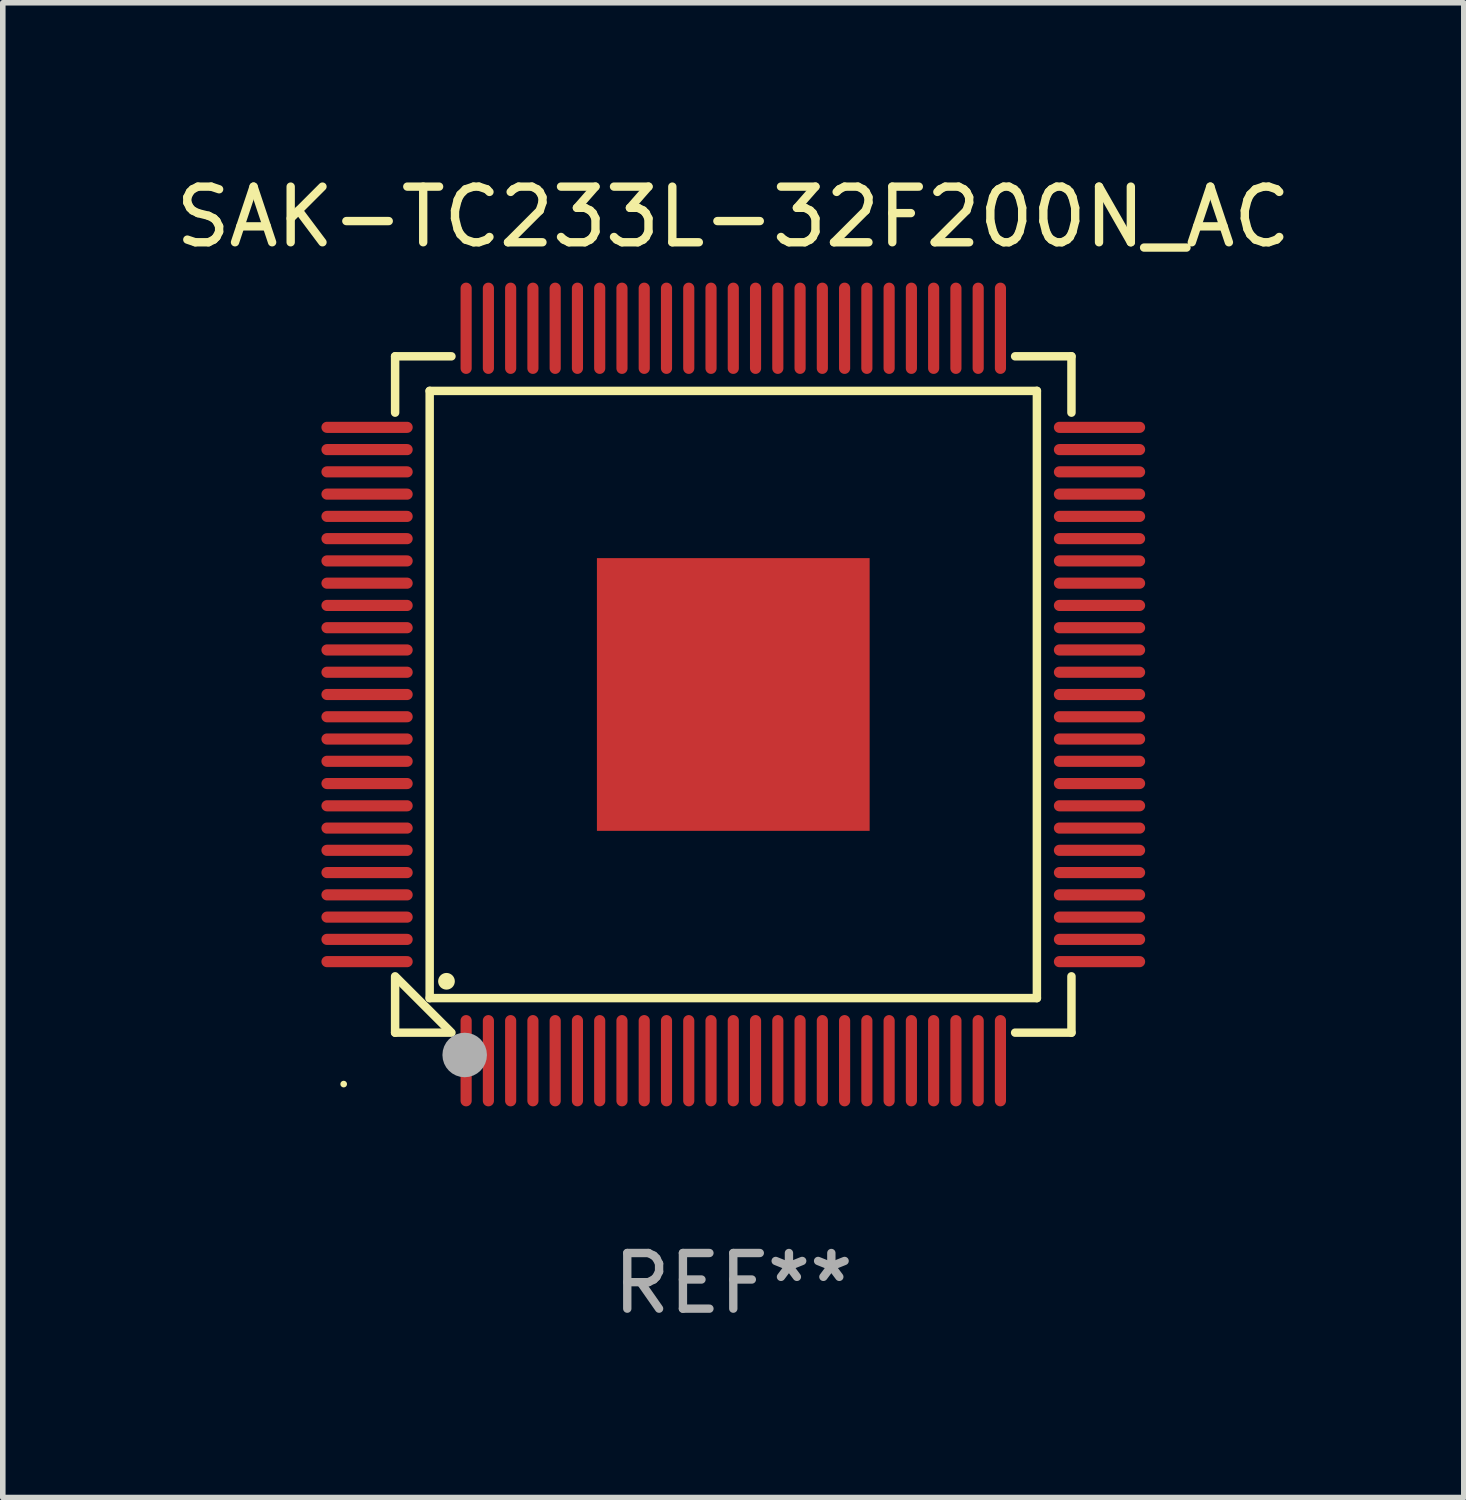
<source format=kicad_pcb>
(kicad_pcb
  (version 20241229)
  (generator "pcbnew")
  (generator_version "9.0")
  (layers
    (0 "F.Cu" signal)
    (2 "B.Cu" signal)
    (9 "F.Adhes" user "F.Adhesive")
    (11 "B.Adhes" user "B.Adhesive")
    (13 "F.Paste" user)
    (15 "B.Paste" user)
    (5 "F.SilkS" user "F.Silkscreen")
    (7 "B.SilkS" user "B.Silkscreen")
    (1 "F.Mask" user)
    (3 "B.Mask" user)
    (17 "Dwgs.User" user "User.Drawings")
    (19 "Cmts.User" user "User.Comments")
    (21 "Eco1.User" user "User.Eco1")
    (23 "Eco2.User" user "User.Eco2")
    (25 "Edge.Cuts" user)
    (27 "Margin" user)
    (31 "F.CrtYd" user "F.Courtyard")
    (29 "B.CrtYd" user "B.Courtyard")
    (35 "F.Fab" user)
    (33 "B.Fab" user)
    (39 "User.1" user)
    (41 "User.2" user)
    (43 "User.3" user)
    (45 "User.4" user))
  (footprint "SAK-TC233L-32F200N_AC"
    (layer "F.Cu")
    (at 10.125 9.428)
    (property "Reference" "SAK-TC233L-32F200N_AC" (at 0 -8.58 0) (layer "F.SilkS") (effects (font (size 1 1) (thickness 0.15))))
    (attr through_hole)
    (fp_line (start -6.076 -6.076) (end -6.076 -5.064) (stroke (width 0.152) (type solid)) (layer "F.SilkS"))
    (fp_line (start -6.076 6.076) (end -6.076 5.064) (stroke (width 0.152) (type solid)) (layer "F.SilkS"))
    (fp_line (start -6.049 5.091) (end -5.091 6.049) (stroke (width 0.152) (type solid)) (layer "F.SilkS"))
    (fp_line (start -5.455 -5.455) (end 5.455 -5.455) (stroke (width 0.152) (type solid)) (layer "F.SilkS"))
    (fp_line (start -5.455 5.455) (end -5.455 -5.455) (stroke (width 0.152) (type solid)) (layer "F.SilkS"))
    (fp_line (start -5.064 -6.076) (end -6.076 -6.076) (stroke (width 0.152) (type solid)) (layer "F.SilkS"))
    (fp_line (start -5.064 6.076) (end -6.076 6.076) (stroke (width 0.152) (type solid)) (layer "F.SilkS"))
    (fp_line (start 5.064 -6.076) (end 6.076 -6.076) (stroke (width 0.152) (type solid)) (layer "F.SilkS"))
    (fp_line (start 5.064 6.076) (end 6.076 6.076) (stroke (width 0.152) (type solid)) (layer "F.SilkS"))
    (fp_line (start 5.455 -5.455) (end 5.455 5.455) (stroke (width 0.152) (type solid)) (layer "F.SilkS"))
    (fp_line (start 5.455 5.455) (end -5.455 5.455) (stroke (width 0.152) (type solid)) (layer "F.SilkS"))
    (fp_line (start 6.076 -6.076) (end 6.076 -5.064) (stroke (width 0.152) (type solid)) (layer "F.SilkS"))
    (fp_line (start 6.076 6.076) (end 6.076 5.064) (stroke (width 0.152) (type solid)) (layer "F.SilkS"))
    (fp_circle (center -7 7) (end -6.97 7) (stroke (width 0.06) (type solid)) (fill no) (layer "F.SilkS"))
    (fp_circle (center -5.153 5.153) (end -5.078 5.153) (stroke (width 0.15) (type solid)) (fill no) (layer "F.SilkS"))
    (fp_circle (center -4.826 6.477) (end -4.626 6.477) (stroke (width 0.4) (type solid)) (fill no) (layer "F.Fab"))
    (fp_text user "REF**" (at 0 10.58 0) (layer "F.Fab") (effects (font (size 1 1) (thickness 0.15))))
    (pad "1" smd oval (at -4.8 6.58) (size 0.2 1.64) (layers "F.Cu" "F.Mask" "F.Paste"))
    (pad "2" smd oval (at -4.4 6.58) (size 0.2 1.64) (layers "F.Cu" "F.Mask" "F.Paste"))
    (pad "3" smd oval (at -4 6.58) (size 0.2 1.64) (layers "F.Cu" "F.Mask" "F.Paste"))
    (pad "4" smd oval (at -3.6 6.58) (size 0.2 1.64) (layers "F.Cu" "F.Mask" "F.Paste"))
    (pad "5" smd oval (at -3.2 6.58) (size 0.2 1.64) (layers "F.Cu" "F.Mask" "F.Paste"))
    (pad "6" smd oval (at -2.8 6.58) (size 0.2 1.64) (layers "F.Cu" "F.Mask" "F.Paste"))
    (pad "7" smd oval (at -2.4 6.58) (size 0.2 1.64) (layers "F.Cu" "F.Mask" "F.Paste"))
    (pad "8" smd oval (at -2 6.58) (size 0.2 1.64) (layers "F.Cu" "F.Mask" "F.Paste"))
    (pad "9" smd oval (at -1.6 6.58) (size 0.2 1.64) (layers "F.Cu" "F.Mask" "F.Paste"))
    (pad "10" smd oval (at -1.2 6.58) (size 0.2 1.64) (layers "F.Cu" "F.Mask" "F.Paste"))
    (pad "11" smd oval (at -0.8 6.58) (size 0.2 1.64) (layers "F.Cu" "F.Mask" "F.Paste"))
    (pad "12" smd oval (at -0.4 6.58) (size 0.2 1.64) (layers "F.Cu" "F.Mask" "F.Paste"))
    (pad "13" smd oval (at 0 6.58) (size 0.2 1.64) (layers "F.Cu" "F.Mask" "F.Paste"))
    (pad "14" smd oval (at 0.4 6.58) (size 0.2 1.64) (layers "F.Cu" "F.Mask" "F.Paste"))
    (pad "15" smd oval (at 0.8 6.58) (size 0.2 1.64) (layers "F.Cu" "F.Mask" "F.Paste"))
    (pad "16" smd oval (at 1.2 6.58) (size 0.2 1.64) (layers "F.Cu" "F.Mask" "F.Paste"))
    (pad "17" smd oval (at 1.6 6.58) (size 0.2 1.64) (layers "F.Cu" "F.Mask" "F.Paste"))
    (pad "18" smd oval (at 2 6.58) (size 0.2 1.64) (layers "F.Cu" "F.Mask" "F.Paste"))
    (pad "19" smd oval (at 2.4 6.58) (size 0.2 1.64) (layers "F.Cu" "F.Mask" "F.Paste"))
    (pad "20" smd oval (at 2.8 6.58) (size 0.2 1.64) (layers "F.Cu" "F.Mask" "F.Paste"))
    (pad "21" smd oval (at 3.2 6.58) (size 0.2 1.64) (layers "F.Cu" "F.Mask" "F.Paste"))
    (pad "22" smd oval (at 3.6 6.58) (size 0.2 1.64) (layers "F.Cu" "F.Mask" "F.Paste"))
    (pad "23" smd oval (at 4 6.58) (size 0.2 1.64) (layers "F.Cu" "F.Mask" "F.Paste"))
    (pad "24" smd oval (at 4.4 6.58) (size 0.2 1.64) (layers "F.Cu" "F.Mask" "F.Paste"))
    (pad "25" smd oval (at 4.8 6.58) (size 0.2 1.64) (layers "F.Cu" "F.Mask" "F.Paste"))
    (pad "26" smd oval (at 6.58 4.8) (size 1.64 0.2) (layers "F.Cu" "F.Mask" "F.Paste"))
    (pad "27" smd oval (at 6.58 4.4) (size 1.64 0.2) (layers "F.Cu" "F.Mask" "F.Paste"))
    (pad "28" smd oval (at 6.58 4) (size 1.64 0.2) (layers "F.Cu" "F.Mask" "F.Paste"))
    (pad "29" smd oval (at 6.58 3.6) (size 1.64 0.2) (layers "F.Cu" "F.Mask" "F.Paste"))
    (pad "30" smd oval (at 6.58 3.2) (size 1.64 0.2) (layers "F.Cu" "F.Mask" "F.Paste"))
    (pad "31" smd oval (at 6.58 2.8) (size 1.64 0.2) (layers "F.Cu" "F.Mask" "F.Paste"))
    (pad "32" smd oval (at 6.58 2.4) (size 1.64 0.2) (layers "F.Cu" "F.Mask" "F.Paste"))
    (pad "33" smd oval (at 6.58 2) (size 1.64 0.2) (layers "F.Cu" "F.Mask" "F.Paste"))
    (pad "34" smd oval (at 6.58 1.6) (size 1.64 0.2) (layers "F.Cu" "F.Mask" "F.Paste"))
    (pad "35" smd oval (at 6.58 1.2) (size 1.64 0.2) (layers "F.Cu" "F.Mask" "F.Paste"))
    (pad "36" smd oval (at 6.58 0.8) (size 1.64 0.2) (layers "F.Cu" "F.Mask" "F.Paste"))
    (pad "37" smd oval (at 6.58 0.4) (size 1.64 0.2) (layers "F.Cu" "F.Mask" "F.Paste"))
    (pad "38" smd oval (at 6.58 0) (size 1.64 0.2) (layers "F.Cu" "F.Mask" "F.Paste"))
    (pad "39" smd oval (at 6.58 -0.4) (size 1.64 0.2) (layers "F.Cu" "F.Mask" "F.Paste"))
    (pad "40" smd oval (at 6.58 -0.8) (size 1.64 0.2) (layers "F.Cu" "F.Mask" "F.Paste"))
    (pad "41" smd oval (at 6.58 -1.2) (size 1.64 0.2) (layers "F.Cu" "F.Mask" "F.Paste"))
    (pad "42" smd oval (at 6.58 -1.6) (size 1.64 0.2) (layers "F.Cu" "F.Mask" "F.Paste"))
    (pad "43" smd oval (at 6.58 -2) (size 1.64 0.2) (layers "F.Cu" "F.Mask" "F.Paste"))
    (pad "44" smd oval (at 6.58 -2.4) (size 1.64 0.2) (layers "F.Cu" "F.Mask" "F.Paste"))
    (pad "45" smd oval (at 6.58 -2.8) (size 1.64 0.2) (layers "F.Cu" "F.Mask" "F.Paste"))
    (pad "46" smd oval (at 6.58 -3.2) (size 1.64 0.2) (layers "F.Cu" "F.Mask" "F.Paste"))
    (pad "47" smd oval (at 6.58 -3.6) (size 1.64 0.2) (layers "F.Cu" "F.Mask" "F.Paste"))
    (pad "48" smd oval (at 6.58 -4) (size 1.64 0.2) (layers "F.Cu" "F.Mask" "F.Paste"))
    (pad "49" smd oval (at 6.58 -4.4) (size 1.64 0.2) (layers "F.Cu" "F.Mask" "F.Paste"))
    (pad "50" smd oval (at 6.58 -4.8) (size 1.64 0.2) (layers "F.Cu" "F.Mask" "F.Paste"))
    (pad "51" smd oval (at 4.8 -6.58) (size 0.2 1.64) (layers "F.Cu" "F.Mask" "F.Paste"))
    (pad "52" smd oval (at 4.4 -6.58) (size 0.2 1.64) (layers "F.Cu" "F.Mask" "F.Paste"))
    (pad "53" smd oval (at 4 -6.58) (size 0.2 1.64) (layers "F.Cu" "F.Mask" "F.Paste"))
    (pad "54" smd oval (at 3.6 -6.58) (size 0.2 1.64) (layers "F.Cu" "F.Mask" "F.Paste"))
    (pad "55" smd oval (at 3.2 -6.58) (size 0.2 1.64) (layers "F.Cu" "F.Mask" "F.Paste"))
    (pad "56" smd oval (at 2.8 -6.58) (size 0.2 1.64) (layers "F.Cu" "F.Mask" "F.Paste"))
    (pad "57" smd oval (at 2.4 -6.58) (size 0.2 1.64) (layers "F.Cu" "F.Mask" "F.Paste"))
    (pad "58" smd oval (at 2 -6.58) (size 0.2 1.64) (layers "F.Cu" "F.Mask" "F.Paste"))
    (pad "59" smd oval (at 1.6 -6.58) (size 0.2 1.64) (layers "F.Cu" "F.Mask" "F.Paste"))
    (pad "60" smd oval (at 1.2 -6.58) (size 0.2 1.64) (layers "F.Cu" "F.Mask" "F.Paste"))
    (pad "61" smd oval (at 0.8 -6.58) (size 0.2 1.64) (layers "F.Cu" "F.Mask" "F.Paste"))
    (pad "62" smd oval (at 0.4 -6.58) (size 0.2 1.64) (layers "F.Cu" "F.Mask" "F.Paste"))
    (pad "63" smd oval (at 0 -6.58) (size 0.2 1.64) (layers "F.Cu" "F.Mask" "F.Paste"))
    (pad "64" smd oval (at -0.4 -6.58) (size 0.2 1.64) (layers "F.Cu" "F.Mask" "F.Paste"))
    (pad "65" smd oval (at -0.8 -6.58) (size 0.2 1.64) (layers "F.Cu" "F.Mask" "F.Paste"))
    (pad "66" smd oval (at -1.2 -6.58) (size 0.2 1.64) (layers "F.Cu" "F.Mask" "F.Paste"))
    (pad "67" smd oval (at -1.6 -6.58) (size 0.2 1.64) (layers "F.Cu" "F.Mask" "F.Paste"))
    (pad "68" smd oval (at -2 -6.58) (size 0.2 1.64) (layers "F.Cu" "F.Mask" "F.Paste"))
    (pad "69" smd oval (at -2.4 -6.58) (size 0.2 1.64) (layers "F.Cu" "F.Mask" "F.Paste"))
    (pad "70" smd oval (at -2.8 -6.58) (size 0.2 1.64) (layers "F.Cu" "F.Mask" "F.Paste"))
    (pad "71" smd oval (at -3.2 -6.58) (size 0.2 1.64) (layers "F.Cu" "F.Mask" "F.Paste"))
    (pad "72" smd oval (at -3.6 -6.58) (size 0.2 1.64) (layers "F.Cu" "F.Mask" "F.Paste"))
    (pad "73" smd oval (at -4 -6.58) (size 0.2 1.64) (layers "F.Cu" "F.Mask" "F.Paste"))
    (pad "74" smd oval (at -4.4 -6.58) (size 0.2 1.64) (layers "F.Cu" "F.Mask" "F.Paste"))
    (pad "75" smd oval (at -4.8 -6.58) (size 0.2 1.64) (layers "F.Cu" "F.Mask" "F.Paste"))
    (pad "76" smd oval (at -6.58 -4.8) (size 1.64 0.2) (layers "F.Cu" "F.Mask" "F.Paste"))
    (pad "77" smd oval (at -6.58 -4.4) (size 1.64 0.2) (layers "F.Cu" "F.Mask" "F.Paste"))
    (pad "78" smd oval (at -6.58 -4) (size 1.64 0.2) (layers "F.Cu" "F.Mask" "F.Paste"))
    (pad "79" smd oval (at -6.58 -3.6) (size 1.64 0.2) (layers "F.Cu" "F.Mask" "F.Paste"))
    (pad "80" smd oval (at -6.58 -3.2) (size 1.64 0.2) (layers "F.Cu" "F.Mask" "F.Paste"))
    (pad "81" smd oval (at -6.58 -2.8) (size 1.64 0.2) (layers "F.Cu" "F.Mask" "F.Paste"))
    (pad "82" smd oval (at -6.58 -2.4) (size 1.64 0.2) (layers "F.Cu" "F.Mask" "F.Paste"))
    (pad "83" smd oval (at -6.58 -2) (size 1.64 0.2) (layers "F.Cu" "F.Mask" "F.Paste"))
    (pad "84" smd oval (at -6.58 -1.6) (size 1.64 0.2) (layers "F.Cu" "F.Mask" "F.Paste"))
    (pad "85" smd oval (at -6.58 -1.2) (size 1.64 0.2) (layers "F.Cu" "F.Mask" "F.Paste"))
    (pad "86" smd oval (at -6.58 -0.8) (size 1.64 0.2) (layers "F.Cu" "F.Mask" "F.Paste"))
    (pad "87" smd oval (at -6.58 -0.4) (size 1.64 0.2) (layers "F.Cu" "F.Mask" "F.Paste"))
    (pad "88" smd oval (at -6.58 0) (size 1.64 0.2) (layers "F.Cu" "F.Mask" "F.Paste"))
    (pad "89" smd oval (at -6.58 0.4) (size 1.64 0.2) (layers "F.Cu" "F.Mask" "F.Paste"))
    (pad "90" smd oval (at -6.58 0.8) (size 1.64 0.2) (layers "F.Cu" "F.Mask" "F.Paste"))
    (pad "91" smd oval (at -6.58 1.2) (size 1.64 0.2) (layers "F.Cu" "F.Mask" "F.Paste"))
    (pad "92" smd oval (at -6.58 1.6) (size 1.64 0.2) (layers "F.Cu" "F.Mask" "F.Paste"))
    (pad "93" smd oval (at -6.58 2) (size 1.64 0.2) (layers "F.Cu" "F.Mask" "F.Paste"))
    (pad "94" smd oval (at -6.58 2.4) (size 1.64 0.2) (layers "F.Cu" "F.Mask" "F.Paste"))
    (pad "95" smd oval (at -6.58 2.8) (size 1.64 0.2) (layers "F.Cu" "F.Mask" "F.Paste"))
    (pad "96" smd oval (at -6.58 3.2) (size 1.64 0.2) (layers "F.Cu" "F.Mask" "F.Paste"))
    (pad "97" smd oval (at -6.58 3.6) (size 1.64 0.2) (layers "F.Cu" "F.Mask" "F.Paste"))
    (pad "98" smd oval (at -6.58 4) (size 1.64 0.2) (layers "F.Cu" "F.Mask" "F.Paste"))
    (pad "99" smd oval (at -6.58 4.4) (size 1.64 0.2) (layers "F.Cu" "F.Mask" "F.Paste"))
    (pad "100" smd oval (at -6.58 4.8) (size 1.64 0.2) (layers "F.Cu" "F.Mask" "F.Paste"))
    (pad "101" smd rect (at 0 0) (size 4.9 4.9) (layers "F.Cu" "F.Mask" "F.Paste")))
  (gr_rect
    (start -3 -3)
    (end 23.25 23.856)
    (stroke (width 0.1) (type default))
    (fill no)
    (layer "Edge.Cuts")))
</source>
